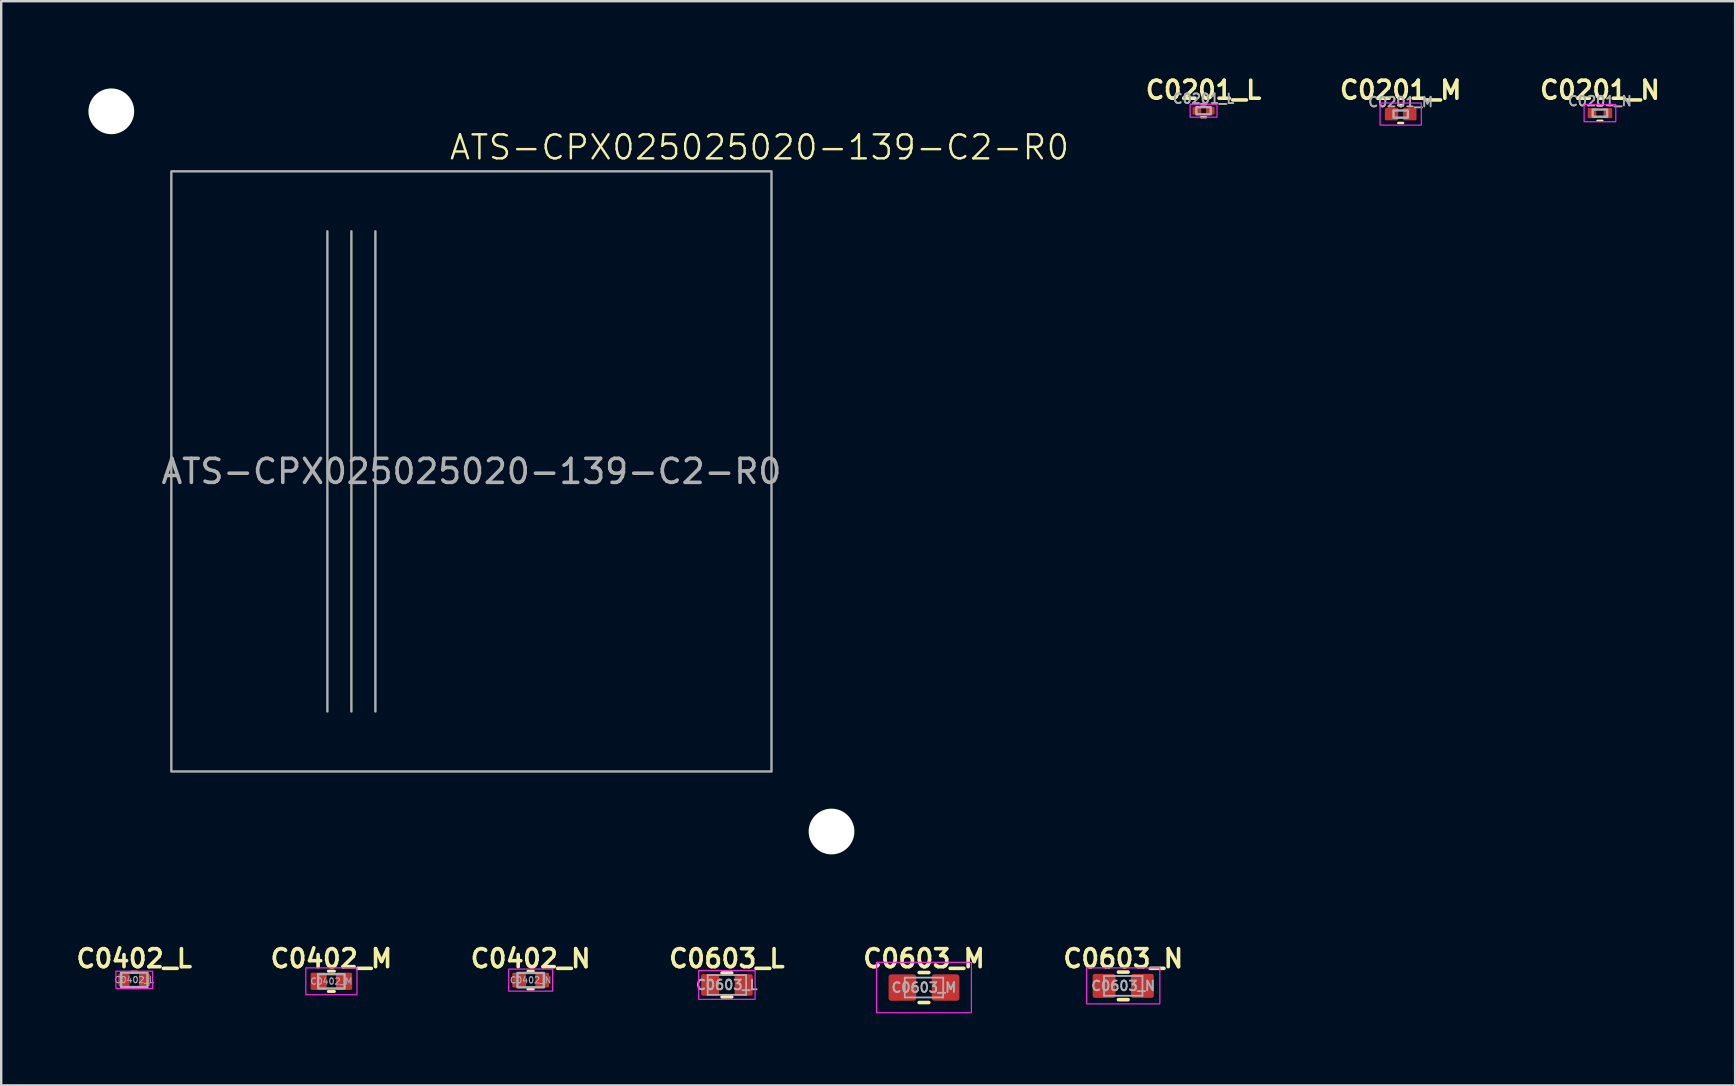
<source format=kicad_pcb>
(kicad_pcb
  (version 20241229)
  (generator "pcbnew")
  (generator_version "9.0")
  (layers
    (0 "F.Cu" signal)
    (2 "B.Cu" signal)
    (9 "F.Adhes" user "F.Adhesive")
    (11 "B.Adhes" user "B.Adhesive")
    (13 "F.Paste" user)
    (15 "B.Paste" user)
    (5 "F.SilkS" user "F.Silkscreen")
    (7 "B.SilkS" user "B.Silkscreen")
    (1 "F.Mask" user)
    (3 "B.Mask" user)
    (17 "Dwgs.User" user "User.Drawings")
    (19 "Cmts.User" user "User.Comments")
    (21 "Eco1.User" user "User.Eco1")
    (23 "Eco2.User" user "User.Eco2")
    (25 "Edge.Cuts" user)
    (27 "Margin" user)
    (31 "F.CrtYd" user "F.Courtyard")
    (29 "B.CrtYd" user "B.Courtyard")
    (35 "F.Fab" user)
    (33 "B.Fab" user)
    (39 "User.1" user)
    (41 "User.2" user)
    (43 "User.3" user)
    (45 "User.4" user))
  (footprint "ATS-CPX025025020-139-C2-R0"
    (layer "F.Cu")
    (at 16.587 16.587)
    (property "Reference" "ATS-CPX025025020-139-C2-R0" (at 12 -13.5 0) (unlocked yes) (layer "F.SilkS") (effects (font (size 1 1) (thickness 0.1))))
    (attr smd)
    (fp_line (start -6 -10) (end -6 10) (stroke (width 0.1) (type default)) (layer "F.Fab"))
    (fp_line (start -5 -10) (end -5 10) (stroke (width 0.1) (type default)) (layer "F.Fab"))
    (fp_line (start -4 -10) (end -4 10) (stroke (width 0.1) (type default)) (layer "F.Fab"))
    (fp_rect (start -12.5 -12.5) (end 12.5 12.5) (stroke (width 0.1) (type solid)) (fill no) (layer "F.Fab"))
    (fp_text user "${REFERENCE}" (at 0 0 0) (unlocked yes) (layer "F.Fab") (effects (font (size 1 1) (thickness 0.15))))
    (pad "" np_thru_hole circle (at -15 -15) (size 1.905 1.905) (drill 3.175) (layers "*.Cu" "*.Mask") (padstack (mode front_inner_back) (layer "Inner" (shape circle) (size 1.905 1.905)) (layer "B.Cu" (shape circle) (size 1.905 1.905))))
    (pad "" np_thru_hole circle (at 15 15 180) (size 1.905 1.905) (drill 3.175) (layers "*.Cu" "*.Mask")))
  (footprint "C0603_M"
    (layer "F.Cu")
    (at 35.439 38.087)
    (property "Reference" "C0603_M" (at 0 -1.21 0) (layer "F.SilkS") (effects (font (size 0.75 0.75) (thickness 0.15))))
    (attr smd)
    (fp_line (start -0.2 -0.625) (end 0.2 -0.625) (stroke (width 0.15) (type solid)) (layer "F.SilkS"))
    (fp_line (start -0.2 0.625) (end 0.2 0.625) (stroke (width 0.15) (type solid)) (layer "F.SilkS"))
    (fp_rect (start -1.975 -1.05) (end 1.975 1.05) (stroke (width 0.05) (type solid)) (fill no) (layer "F.CrtYd"))
    (fp_line (start -0.8 -0.412) (end 0.8 -0.412) (stroke (width 0.075) (type solid)) (layer "F.Fab"))
    (fp_line (start -0.8 0.412) (end -0.8 -0.412) (stroke (width 0.075) (type solid)) (layer "F.Fab"))
    (fp_line (start 0.8 -0.412) (end 0.8 0.412) (stroke (width 0.075) (type solid)) (layer "F.Fab"))
    (fp_line (start 0.8 0.412) (end -0.8 0.412) (stroke (width 0.075) (type solid)) (layer "F.Fab"))
    (fp_text user "${REFERENCE}" (at 0 0 0) (layer "F.Fab") (effects (font (size 0.4 0.4) (thickness 0.08) (bold yes))))
    (pad "1" smd roundrect (at -0.9 0) (size 1.15 1.1) (layers "F.Cu" "F.Mask" "F.Paste") (roundrect_rratio 0.1))
    (pad "2" smd roundrect (at 0.9 0) (size 1.15 1.1) (layers "F.Cu" "F.Mask" "F.Paste") (roundrect_rratio 0.1)))
  (footprint "C0201_M"
    (layer "F.Cu")
    (at 55.296 1.702)
    (property "Reference" "C0201_M" (at 0 -1 0) (layer "F.SilkS") (effects (font (size 0.75 0.75) (thickness 0.15))))
    (attr smd)
    (fp_line (start -0.1 -0.37) (end 0.1 -0.37) (stroke (width 0.1) (type default)) (layer "F.SilkS"))
    (fp_line (start 0.1 0.37) (end -0.1 0.37) (stroke (width 0.1) (type default)) (layer "F.SilkS"))
    (fp_rect (start -0.86 -0.46) (end 0.86 0.46) (stroke (width 0.05) (type default)) (fill no) (layer "F.CrtYd"))
    (fp_rect (start -0.3 -0.15) (end 0.3 0.15) (stroke (width 0.1) (type default)) (fill no) (layer "F.Fab"))
    (fp_text user "${REFERENCE}" (at 0 -0.5 0) (layer "F.Fab") (effects (font (size 0.4 0.4) (thickness 0.08) (bold yes))))
    (pad "1" smd roundrect (at -0.38 0) (size 0.56 0.52) (layers "F.Cu" "F.Mask" "F.Paste") (roundrect_rratio 0.1))
    (pad "2" smd roundrect (at 0.38 0) (size 0.56 0.52) (layers "F.Cu" "F.Mask" "F.Paste") (roundrect_rratio 0.1)))
  (footprint "C0201_L"
    (layer "F.Cu")
    (at 47.085 1.562)
    (property "Reference" "C0201_L" (at 0 -0.86 0) (layer "F.SilkS") (effects (font (size 0.75 0.75) (thickness 0.15))))
    (attr smd)
    (fp_line (start -0.1 -0.27) (end 0.1 -0.27) (stroke (width 0.1) (type default)) (layer "F.SilkS"))
    (fp_line (start 0.1 0.27) (end -0.1 0.27) (stroke (width 0.1) (type default)) (layer "F.SilkS"))
    (fp_rect (start -0.56 -0.27) (end 0.56 0.27) (stroke (width 0.05) (type default)) (fill no) (layer "F.CrtYd"))
    (fp_rect (start -0.3 -0.15) (end 0.3 0.15) (stroke (width 0.1) (type default)) (fill no) (layer "F.Fab"))
    (fp_text user "${REFERENCE}" (at 0 -0.5 0) (layer "F.Fab") (effects (font (size 0.4 0.4) (thickness 0.08) (bold yes))))
    (pad "1" smd roundrect (at -0.28 0) (size 0.36 0.32) (layers "F.Cu" "F.Mask" "F.Paste") (roundrect_rratio 0.1))
    (pad "2" smd roundrect (at 0.28 0) (size 0.36 0.32) (layers "F.Cu" "F.Mask" "F.Paste") (roundrect_rratio 0.1)))
  (footprint "C0603_L"
    (layer "F.Cu")
    (at 27.229 37.977)
    (property "Reference" "C0603_L" (at 0 -1.1 0) (layer "F.SilkS") (effects (font (size 0.75 0.75) (thickness 0.15))))
    (attr smd)
    (fp_line (start -0.2 -0.499) (end 0.2 -0.499) (stroke (width 0.15) (type solid)) (layer "F.SilkS"))
    (fp_line (start -0.2 0.499) (end 0.2 0.499) (stroke (width 0.15) (type solid)) (layer "F.SilkS"))
    (fp_rect (start -1.175 -0.6) (end 1.175 0.6) (stroke (width 0.05) (type default)) (fill no) (layer "F.CrtYd"))
    (fp_line (start -0.8 -0.412) (end 0.8 -0.412) (stroke (width 0.075) (type solid)) (layer "F.Fab"))
    (fp_line (start -0.8 0.412) (end -0.8 -0.412) (stroke (width 0.075) (type solid)) (layer "F.Fab"))
    (fp_line (start 0.8 -0.412) (end 0.8 0.412) (stroke (width 0.075) (type solid)) (layer "F.Fab"))
    (fp_line (start 0.8 0.412) (end -0.8 0.412) (stroke (width 0.075) (type solid)) (layer "F.Fab"))
    (fp_text user "${REFERENCE}" (at 0 0 0) (layer "F.Fab") (effects (font (size 0.4 0.4) (thickness 0.08) (bold yes))))
    (pad "1" smd roundrect (at -0.7 0) (size 0.75 0.9) (layers "F.Cu" "F.Mask" "F.Paste") (roundrect_rratio 0.1))
    (pad "2" smd roundrect (at 0.7 0) (size 0.75 0.9) (layers "F.Cu" "F.Mask" "F.Paste") (roundrect_rratio 0.1)))
  (footprint "C0402_L"
    (layer "F.Cu")
    (at 2.543 37.767)
    (property "Reference" "C0402_L" (at 0 -0.89 0) (layer "F.SilkS") (effects (font (size 0.75 0.75) (thickness 0.15) (bold yes))))
    (attr smd)
    (fp_line (start -0.11 -0.322) (end 0.11 -0.322) (stroke (width 0.125) (type solid)) (layer "F.SilkS"))
    (fp_line (start -0.11 0.322) (end 0.11 0.322) (stroke (width 0.125) (type solid)) (layer "F.SilkS"))
    (fp_rect (start -0.765 -0.36) (end 0.765 0.36) (stroke (width 0.05) (type solid)) (fill no) (layer "F.CrtYd"))
    (fp_rect (start -0.55 -0.3) (end 0.55 0.3) (stroke (width 0.1) (type default)) (fill no) (layer "F.Fab"))
    (fp_text user "${REFERENCE}" (at 0 0 0) (layer "F.Fab") (effects (font (size 0.26 0.26) (thickness 0.04))))
    (pad "1" smd roundrect (at -0.43 0) (size 0.47 0.52) (layers "F.Cu" "F.Mask" "F.Paste") (roundrect_rratio 0.1))
    (pad "2" smd roundrect (at 0.43 0) (size 0.47 0.52) (layers "F.Cu" "F.Mask" "F.Paste") (roundrect_rratio 0.1)))
  (footprint "C0603_N"
    (layer "F.Cu")
    (at 43.739 38.017)
    (property "Reference" "C0603_N" (at 0 -1.14 0) (layer "F.SilkS") (effects (font (size 0.75 0.75) (thickness 0.15))))
    (attr smd)
    (fp_line (start -0.2 -0.575) (end 0.2 -0.575) (stroke (width 0.15) (type solid)) (layer "F.SilkS"))
    (fp_line (start -0.2 0.575) (end 0.2 0.575) (stroke (width 0.15) (type solid)) (layer "F.SilkS"))
    (fp_rect (start -1.525 -0.75) (end 1.525 0.75) (stroke (width 0.05) (type solid)) (fill no) (layer "F.CrtYd"))
    (fp_line (start -0.8 -0.412) (end 0.8 -0.412) (stroke (width 0.075) (type solid)) (layer "F.Fab"))
    (fp_line (start -0.8 0.412) (end -0.8 -0.412) (stroke (width 0.075) (type solid)) (layer "F.Fab"))
    (fp_line (start 0.8 -0.412) (end 0.8 0.412) (stroke (width 0.075) (type solid)) (layer "F.Fab"))
    (fp_line (start 0.8 0.412) (end -0.8 0.412) (stroke (width 0.075) (type solid)) (layer "F.Fab"))
    (fp_text user "${REFERENCE}" (at 0 0 0) (layer "F.Fab") (effects (font (size 0.4 0.4) (thickness 0.08) (bold yes))))
    (pad "1" smd roundrect (at -0.8 0) (size 0.95 1) (layers "F.Cu" "F.Mask" "F.Paste") (roundrect_rratio 0.1))
    (pad "2" smd roundrect (at 0.8 0) (size 0.95 1) (layers "F.Cu" "F.Mask" "F.Paste") (roundrect_rratio 0.1)))
  (footprint "C0402_M"
    (layer "F.Cu")
    (at 10.754 37.827)
    (property "Reference" "C0402_M" (at 0 -0.95 0) (layer "F.SilkS") (effects (font (size 0.75 0.75) (thickness 0.15) (bold yes))))
    (attr smd)
    (fp_line (start -0.125 -0.422) (end 0.125 -0.422) (stroke (width 0.125) (type solid)) (layer "F.SilkS"))
    (fp_line (start -0.125 0.422) (end 0.125 0.422) (stroke (width 0.125) (type solid)) (layer "F.SilkS"))
    (fp_rect (start -1.065 -0.56) (end 1.065 0.56) (stroke (width 0.05) (type solid)) (fill no) (layer "F.CrtYd"))
    (fp_rect (start -0.55 -0.3) (end 0.55 0.3) (stroke (width 0.1) (type default)) (fill no) (layer "F.Fab"))
    (fp_text user "${REFERENCE}" (at 0 0 0) (layer "F.Fab") (effects (font (size 0.26 0.26) (thickness 0.04))))
    (pad "1" smd roundrect (at -0.53 0) (size 0.67 0.72) (layers "F.Cu" "F.Mask" "F.Paste") (roundrect_rratio 0.1))
    (pad "2" smd roundrect (at 0.53 0) (size 0.67 0.72) (layers "F.Cu" "F.Mask" "F.Paste") (roundrect_rratio 0.1)))
  (footprint "C0201_N"
    (layer "F.Cu")
    (at 63.596 1.662)
    (property "Reference" "C0201_N" (at 0 -0.96 0) (layer "F.SilkS") (effects (font (size 0.75 0.75) (thickness 0.15))))
    (attr smd)
    (fp_line (start -0.1 -0.32) (end 0.1 -0.32) (stroke (width 0.1) (type default)) (layer "F.SilkS"))
    (fp_line (start 0.1 0.32) (end -0.1 0.32) (stroke (width 0.1) (type default)) (layer "F.SilkS"))
    (fp_rect (start -0.66 -0.36) (end 0.66 0.36) (stroke (width 0.05) (type solid)) (fill no) (layer "F.CrtYd"))
    (fp_rect (start -0.3 -0.15) (end 0.3 0.15) (stroke (width 0.1) (type default)) (fill no) (layer "F.Fab"))
    (fp_text user "${REFERENCE}" (at 0 -0.5 0) (layer "F.Fab") (effects (font (size 0.4 0.4) (thickness 0.08) (bold yes))))
    (pad "1" smd roundrect (at -0.33 0) (size 0.36 0.42) (layers "F.Cu" "F.Mask" "F.Paste") (roundrect_rratio 0.1))
    (pad "2" smd roundrect (at 0.33 0) (size 0.36 0.42) (layers "F.Cu" "F.Mask" "F.Paste") (roundrect_rratio 0.1)))
  (footprint "C0402_N"
    (layer "F.Cu")
    (at 19.054 37.777)
    (property "Reference" "C0402_N" (at 0 -0.9 0) (layer "F.SilkS") (effects (font (size 0.75 0.75) (thickness 0.15) (bold yes))))
    (attr smd)
    (fp_line (start -0.11 -0.372) (end 0.11 -0.372) (stroke (width 0.125) (type solid)) (layer "F.SilkS"))
    (fp_line (start -0.11 0.372) (end 0.11 0.372) (stroke (width 0.125) (type solid)) (layer "F.SilkS"))
    (fp_rect (start -0.915 -0.46) (end 0.915 0.46) (stroke (width 0.05) (type solid)) (fill no) (layer "F.CrtYd"))
    (fp_rect (start -0.55 -0.3) (end 0.55 0.3) (stroke (width 0.1) (type default)) (fill no) (layer "F.Fab"))
    (fp_text user "${REFERENCE}" (at 0 0 0) (layer "F.Fab") (effects (font (size 0.26 0.26) (thickness 0.04))))
    (pad "1" smd roundrect (at -0.48 0) (size 0.57 0.62) (layers "F.Cu" "F.Mask" "F.Paste") (roundrect_rratio 0.1))
    (pad "2" smd roundrect (at 0.48 0) (size 0.57 0.62) (layers "F.Cu" "F.Mask" "F.Paste") (roundrect_rratio 0.1)))
  (gr_rect
    (start -3 -3)
    (end 69.228 42.162)
    (stroke (width 0.1) (type default))
    (fill no)
    (layer "Edge.Cuts")))
</source>
